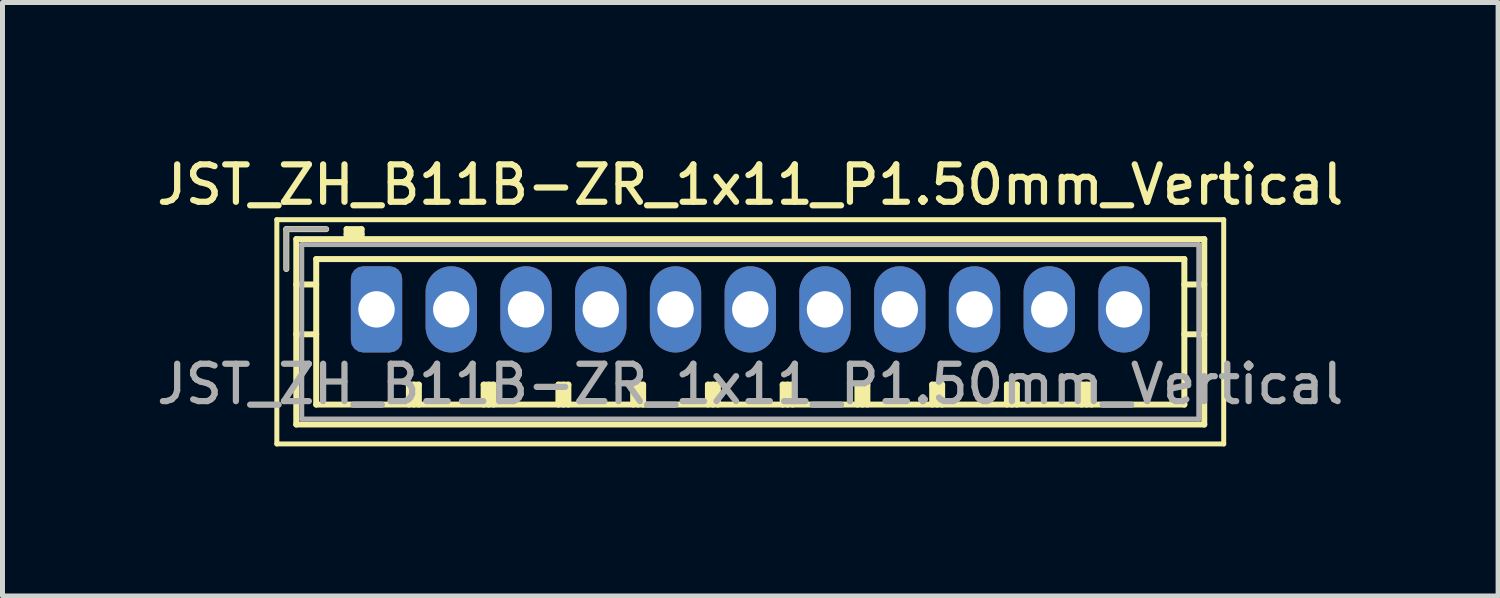
<source format=kicad_pcb>
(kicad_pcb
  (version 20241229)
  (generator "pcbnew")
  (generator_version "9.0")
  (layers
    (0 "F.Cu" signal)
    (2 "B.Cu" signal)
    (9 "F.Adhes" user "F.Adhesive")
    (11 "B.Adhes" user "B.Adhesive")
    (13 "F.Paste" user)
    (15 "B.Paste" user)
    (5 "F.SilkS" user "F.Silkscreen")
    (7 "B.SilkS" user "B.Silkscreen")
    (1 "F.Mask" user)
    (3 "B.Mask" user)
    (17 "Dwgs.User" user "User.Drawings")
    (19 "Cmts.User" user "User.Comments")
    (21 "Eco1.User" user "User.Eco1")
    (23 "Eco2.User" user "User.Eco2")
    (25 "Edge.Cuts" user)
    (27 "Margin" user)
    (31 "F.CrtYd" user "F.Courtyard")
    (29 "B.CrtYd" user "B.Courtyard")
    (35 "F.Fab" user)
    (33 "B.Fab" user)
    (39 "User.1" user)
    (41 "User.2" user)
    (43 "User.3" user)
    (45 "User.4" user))
  (footprint "JST_ZH_B11B-ZR_1x11_P1.50mm_Vertical"
    (layer "F.Cu")
    (at 4.505 3.158)
    (property "Reference" "JST_ZH_B11B-ZR_1x11_P1.50mm_Vertical" (at 7.5 -2.5 0) (layer "F.SilkS") (effects (font (size 0.75 0.75) (thickness 0.125))))
    (attr through_hole)
    (fp_line (start -2 -1.8) (end -2 2.7) (stroke (width 0.1) (type solid)) (layer "F.SilkS"))
    (fp_line (start -2 2.7) (end 17 2.7) (stroke (width 0.1) (type solid)) (layer "F.SilkS"))
    (fp_line (start -1.81 -1.61) (end -1.81 -0.81) (stroke (width 0.12) (type solid)) (layer "F.SilkS"))
    (fp_line (start -1.61 -1.41) (end -1.61 2.31) (stroke (width 0.12) (type solid)) (layer "F.SilkS"))
    (fp_line (start -1.61 -0.5) (end -1.21 -0.5) (stroke (width 0.12) (type solid)) (layer "F.SilkS"))
    (fp_line (start -1.61 0.5) (end -1.21 0.5) (stroke (width 0.12) (type solid)) (layer "F.SilkS"))
    (fp_line (start -1.61 2.31) (end 16.61 2.31) (stroke (width 0.12) (type solid)) (layer "F.SilkS"))
    (fp_line (start -1.21 -1.01) (end -1.21 1.91) (stroke (width 0.12) (type solid)) (layer "F.SilkS"))
    (fp_line (start -1.21 1.91) (end 16.21 1.91) (stroke (width 0.12) (type solid)) (layer "F.SilkS"))
    (fp_line (start -1.01 -1.61) (end -1.81 -1.61) (stroke (width 0.12) (type solid)) (layer "F.SilkS"))
    (fp_line (start -0.6 -1.61) (end -0.6 -1.41) (stroke (width 0.12) (type solid)) (layer "F.SilkS"))
    (fp_line (start -0.3 -1.61) (end -0.6 -1.61) (stroke (width 0.12) (type solid)) (layer "F.SilkS"))
    (fp_line (start -0.3 -1.51) (end -0.6 -1.51) (stroke (width 0.12) (type solid)) (layer "F.SilkS"))
    (fp_line (start -0.3 -1.41) (end -0.3 -1.61) (stroke (width 0.12) (type solid)) (layer "F.SilkS"))
    (fp_line (start 0.65 1.51) (end 0.85 1.51) (stroke (width 0.12) (type solid)) (layer "F.SilkS"))
    (fp_line (start 0.65 1.91) (end 0.65 1.51) (stroke (width 0.12) (type solid)) (layer "F.SilkS"))
    (fp_line (start 0.75 1.91) (end 0.75 1.51) (stroke (width 0.12) (type solid)) (layer "F.SilkS"))
    (fp_line (start 0.85 1.51) (end 0.85 1.91) (stroke (width 0.12) (type solid)) (layer "F.SilkS"))
    (fp_line (start 2.15 1.51) (end 2.35 1.51) (stroke (width 0.12) (type solid)) (layer "F.SilkS"))
    (fp_line (start 2.15 1.91) (end 2.15 1.51) (stroke (width 0.12) (type solid)) (layer "F.SilkS"))
    (fp_line (start 2.25 1.91) (end 2.25 1.51) (stroke (width 0.12) (type solid)) (layer "F.SilkS"))
    (fp_line (start 2.35 1.51) (end 2.35 1.91) (stroke (width 0.12) (type solid)) (layer "F.SilkS"))
    (fp_line (start 3.65 1.51) (end 3.85 1.51) (stroke (width 0.12) (type solid)) (layer "F.SilkS"))
    (fp_line (start 3.65 1.91) (end 3.65 1.51) (stroke (width 0.12) (type solid)) (layer "F.SilkS"))
    (fp_line (start 3.75 1.91) (end 3.75 1.51) (stroke (width 0.12) (type solid)) (layer "F.SilkS"))
    (fp_line (start 3.85 1.51) (end 3.85 1.91) (stroke (width 0.12) (type solid)) (layer "F.SilkS"))
    (fp_line (start 5.15 1.51) (end 5.35 1.51) (stroke (width 0.12) (type solid)) (layer "F.SilkS"))
    (fp_line (start 5.15 1.91) (end 5.15 1.51) (stroke (width 0.12) (type solid)) (layer "F.SilkS"))
    (fp_line (start 5.25 1.91) (end 5.25 1.51) (stroke (width 0.12) (type solid)) (layer "F.SilkS"))
    (fp_line (start 5.35 1.51) (end 5.35 1.91) (stroke (width 0.12) (type solid)) (layer "F.SilkS"))
    (fp_line (start 6.65 1.51) (end 6.85 1.51) (stroke (width 0.12) (type solid)) (layer "F.SilkS"))
    (fp_line (start 6.65 1.91) (end 6.65 1.51) (stroke (width 0.12) (type solid)) (layer "F.SilkS"))
    (fp_line (start 6.75 1.91) (end 6.75 1.51) (stroke (width 0.12) (type solid)) (layer "F.SilkS"))
    (fp_line (start 6.85 1.51) (end 6.85 1.91) (stroke (width 0.12) (type solid)) (layer "F.SilkS"))
    (fp_line (start 8.15 1.51) (end 8.35 1.51) (stroke (width 0.12) (type solid)) (layer "F.SilkS"))
    (fp_line (start 8.15 1.91) (end 8.15 1.51) (stroke (width 0.12) (type solid)) (layer "F.SilkS"))
    (fp_line (start 8.25 1.91) (end 8.25 1.51) (stroke (width 0.12) (type solid)) (layer "F.SilkS"))
    (fp_line (start 8.35 1.51) (end 8.35 1.91) (stroke (width 0.12) (type solid)) (layer "F.SilkS"))
    (fp_line (start 9.65 1.51) (end 9.85 1.51) (stroke (width 0.12) (type solid)) (layer "F.SilkS"))
    (fp_line (start 9.65 1.91) (end 9.65 1.51) (stroke (width 0.12) (type solid)) (layer "F.SilkS"))
    (fp_line (start 9.75 1.91) (end 9.75 1.51) (stroke (width 0.12) (type solid)) (layer "F.SilkS"))
    (fp_line (start 9.85 1.51) (end 9.85 1.91) (stroke (width 0.12) (type solid)) (layer "F.SilkS"))
    (fp_line (start 11.15 1.51) (end 11.35 1.51) (stroke (width 0.12) (type solid)) (layer "F.SilkS"))
    (fp_line (start 11.15 1.91) (end 11.15 1.51) (stroke (width 0.12) (type solid)) (layer "F.SilkS"))
    (fp_line (start 11.25 1.91) (end 11.25 1.51) (stroke (width 0.12) (type solid)) (layer "F.SilkS"))
    (fp_line (start 11.35 1.51) (end 11.35 1.91) (stroke (width 0.12) (type solid)) (layer "F.SilkS"))
    (fp_line (start 12.65 1.51) (end 12.85 1.51) (stroke (width 0.12) (type solid)) (layer "F.SilkS"))
    (fp_line (start 12.65 1.91) (end 12.65 1.51) (stroke (width 0.12) (type solid)) (layer "F.SilkS"))
    (fp_line (start 12.75 1.91) (end 12.75 1.51) (stroke (width 0.12) (type solid)) (layer "F.SilkS"))
    (fp_line (start 12.85 1.51) (end 12.85 1.91) (stroke (width 0.12) (type solid)) (layer "F.SilkS"))
    (fp_line (start 14.15 1.51) (end 14.35 1.51) (stroke (width 0.12) (type solid)) (layer "F.SilkS"))
    (fp_line (start 14.15 1.91) (end 14.15 1.51) (stroke (width 0.12) (type solid)) (layer "F.SilkS"))
    (fp_line (start 14.25 1.91) (end 14.25 1.51) (stroke (width 0.12) (type solid)) (layer "F.SilkS"))
    (fp_line (start 14.35 1.51) (end 14.35 1.91) (stroke (width 0.12) (type solid)) (layer "F.SilkS"))
    (fp_line (start 16.21 -1.01) (end -1.21 -1.01) (stroke (width 0.12) (type solid)) (layer "F.SilkS"))
    (fp_line (start 16.21 1.91) (end 16.21 -1.01) (stroke (width 0.12) (type solid)) (layer "F.SilkS"))
    (fp_line (start 16.61 -1.41) (end -1.61 -1.41) (stroke (width 0.12) (type solid)) (layer "F.SilkS"))
    (fp_line (start 16.61 -0.5) (end 16.21 -0.5) (stroke (width 0.12) (type solid)) (layer "F.SilkS"))
    (fp_line (start 16.61 0.5) (end 16.21 0.5) (stroke (width 0.12) (type solid)) (layer "F.SilkS"))
    (fp_line (start 16.61 2.31) (end 16.61 -1.41) (stroke (width 0.12) (type solid)) (layer "F.SilkS"))
    (fp_line (start 17 -1.8) (end -2 -1.8) (stroke (width 0.1) (type solid)) (layer "F.SilkS"))
    (fp_line (start 17 2.7) (end 17 -1.8) (stroke (width 0.1) (type solid)) (layer "F.SilkS"))
    (fp_line (start -1.81 -1.61) (end -1.81 -0.81) (stroke (width 0.1) (type solid)) (layer "F.Fab"))
    (fp_line (start -1.5 -1.3) (end -1.5 2.2) (stroke (width 0.1) (type solid)) (layer "F.Fab"))
    (fp_line (start -1.5 2.2) (end 16.5 2.2) (stroke (width 0.1) (type solid)) (layer "F.Fab"))
    (fp_line (start -1.01 -1.61) (end -1.81 -1.61) (stroke (width 0.1) (type solid)) (layer "F.Fab"))
    (fp_line (start 16.5 -1.3) (end -1.5 -1.3) (stroke (width 0.1) (type solid)) (layer "F.Fab"))
    (fp_line (start 16.5 2.2) (end 16.5 -1.3) (stroke (width 0.1) (type solid)) (layer "F.Fab"))
    (fp_text user "${REFERENCE}" (at 7.5 1.5 0) (layer "F.Fab") (effects (font (size 0.75 0.75) (thickness 0.125))))
    (pad "1" thru_hole roundrect (at 0 0) (size 1.03 1.73) (drill 0.73) (layers "*.Cu" "*.Mask") (roundrect_rratio 0.243))
    (pad "2" thru_hole oval (at 1.5 0) (size 1.03 1.73) (drill 0.73) (layers "*.Cu" "*.Mask"))
    (pad "3" thru_hole oval (at 3 0) (size 1.03 1.73) (drill 0.73) (layers "*.Cu" "*.Mask"))
    (pad "4" thru_hole oval (at 4.5 0) (size 1.03 1.73) (drill 0.73) (layers "*.Cu" "*.Mask"))
    (pad "5" thru_hole oval (at 6 0) (size 1.03 1.73) (drill 0.73) (layers "*.Cu" "*.Mask"))
    (pad "6" thru_hole oval (at 7.5 0) (size 1.03 1.73) (drill 0.73) (layers "*.Cu" "*.Mask"))
    (pad "7" thru_hole oval (at 9 0) (size 1.03 1.73) (drill 0.73) (layers "*.Cu" "*.Mask"))
    (pad "8" thru_hole oval (at 10.5 0) (size 1.03 1.73) (drill 0.73) (layers "*.Cu" "*.Mask"))
    (pad "9" thru_hole oval (at 12 0) (size 1.03 1.73) (drill 0.73) (layers "*.Cu" "*.Mask"))
    (pad "10" thru_hole oval (at 13.5 0) (size 1.03 1.73) (drill 0.73) (layers "*.Cu" "*.Mask"))
    (pad "11" thru_hole oval (at 15 0) (size 1.03 1.73) (drill 0.73) (layers "*.Cu" "*.Mask")))
  (gr_rect
    (start -3 -3)
    (end 27.011 8.908)
    (stroke (width 0.1) (type default))
    (fill no)
    (layer "Edge.Cuts")))
</source>
